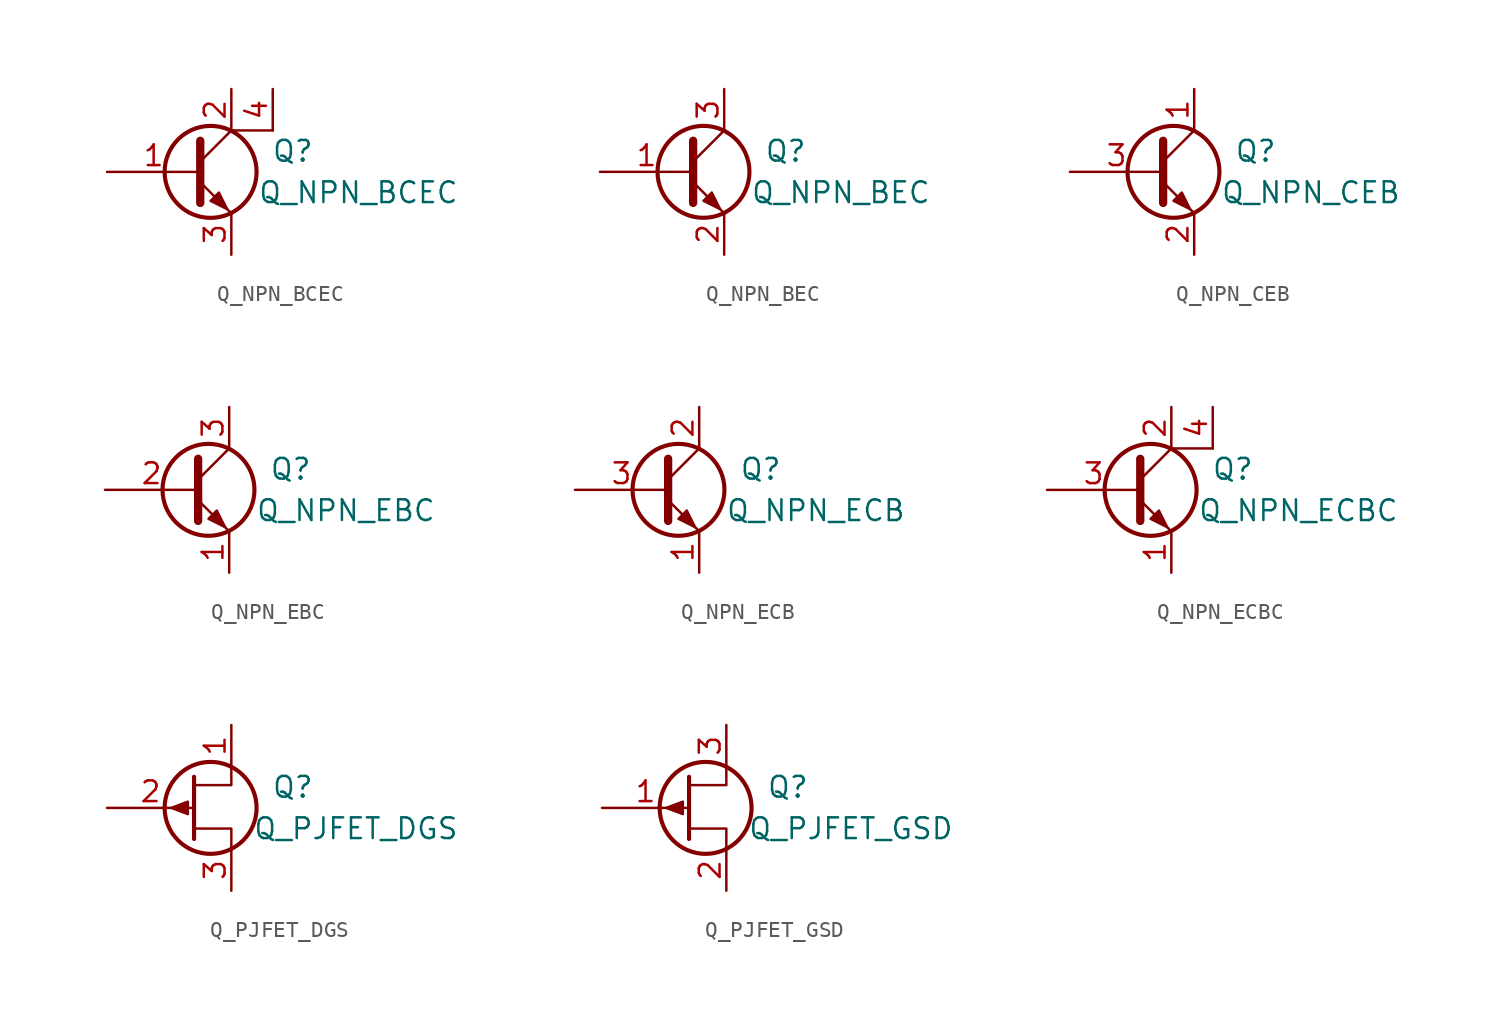
<source format=kicad_sym>
(kicad_symbol_lib
  (version 20211014)
  (generator kicad_symbol_editor)
  (symbol "Q_NPN_BCEC"
    (pin_names
      (offset 0) hide)
    (property "Reference" "Q"
      (at 7.62 1.27 0)
      (effects (font (size 1.27 1.27)) (justify right)))
    (property "Value" "Q_NPN_BCEC"
      (at 16.51 -1.27 0)
      (effects (font (size 1.27 1.27)) (justify right)))
    (property "Footprint" ""
      (at 5.08 2.54 0)
      (effects (font (size 0.737 0.737))))
    (property "Datasheet" ""
      (at 0 0 0)
      (effects (font (size 1.524 1.524))))
    (symbol "Q_NPN_BCEC_0_1"
      (polyline (pts (xy 0.635 0.635) (xy 2.54 2.54)) (stroke (width 0) (type default) (color 0 0 0 0)) (fill (type none)))
      (polyline (pts (xy 2.54 2.54) (xy 5.08 2.54)) (stroke (width 0) (type default) (color 0 0 0 0)) (fill (type none)))
      (polyline (pts (xy 0.635 -0.635) (xy 2.54 -2.54) (xy 2.54 -2.54)) (stroke (width 0) (type default) (color 0 0 0 0)) (fill (type none)))
      (polyline (pts (xy 0.635 1.905) (xy 0.635 -1.905) (xy 0.635 -1.905)) (stroke (width 0.508) (type default) (color 0 0 0 0)) (fill (type none)))
      (polyline (pts (xy 1.27 -1.778) (xy 1.778 -1.27) (xy 2.286 -2.286) (xy 1.27 -1.778) (xy 1.27 -1.778)) (stroke (width 0) (type default) (color 0 0 0 0)) (fill (type outline)))
      (circle (center 1.27 0) (radius 2.819) (stroke (width 0.254) (type default) (color 0 0 0 0)) (fill (type none))))
    (symbol "Q_NPN_BCEC_1_1"
      (pin input line (at -5.08 0 0) (length 5.715) (name "B" (effects (font (size 1.27 1.27)))) (number "1" (effects (font (size 1.27 1.27)))))
      (pin passive line (at 2.54 5.08 270) (length 2.54) (name "C" (effects (font (size 1.27 1.27)))) (number "2" (effects (font (size 1.27 1.27)))))
      (pin passive line (at 2.54 -5.08 90) (length 2.54) (name "E" (effects (font (size 1.27 1.27)))) (number "3" (effects (font (size 1.27 1.27)))))
      (pin passive line (at 5.08 5.08 270) (length 2.54) (name "C" (effects (font (size 1.27 1.27)))) (number "4" (effects (font (size 1.27 1.27)))))))
  (symbol "Q_NPN_BEC"
    (pin_names
      (offset 0) hide)
    (property "Reference" "Q"
      (at 7.62 1.27 0)
      (effects (font (size 1.27 1.27)) (justify right)))
    (property "Value" "Q_NPN_BEC"
      (at 15.24 -1.27 0)
      (effects (font (size 1.27 1.27)) (justify right)))
    (property "Footprint" ""
      (at 5.08 2.54 0)
      (effects (font (size 0.737 0.737))))
    (property "Datasheet" ""
      (at 0 0 0)
      (effects (font (size 1.524 1.524))))
    (symbol "Q_NPN_BEC_0_1"
      (polyline (pts (xy 0.635 0.635) (xy 2.54 2.54)) (stroke (width 0) (type default) (color 0 0 0 0)) (fill (type none)))
      (polyline (pts (xy 0.635 -0.635) (xy 2.54 -2.54) (xy 2.54 -2.54)) (stroke (width 0) (type default) (color 0 0 0 0)) (fill (type none)))
      (polyline (pts (xy 0.635 1.905) (xy 0.635 -1.905) (xy 0.635 -1.905)) (stroke (width 0.508) (type default) (color 0 0 0 0)) (fill (type none)))
      (polyline (pts (xy 1.27 -1.778) (xy 1.778 -1.27) (xy 2.286 -2.286) (xy 1.27 -1.778) (xy 1.27 -1.778)) (stroke (width 0) (type default) (color 0 0 0 0)) (fill (type outline)))
      (circle (center 1.27 0) (radius 2.819) (stroke (width 0.254) (type default) (color 0 0 0 0)) (fill (type none))))
    (symbol "Q_NPN_BEC_1_1"
      (pin input line (at -5.08 0 0) (length 5.715) (name "B" (effects (font (size 1.27 1.27)))) (number "1" (effects (font (size 1.27 1.27)))))
      (pin passive line (at 2.54 -5.08 90) (length 2.54) (name "E" (effects (font (size 1.27 1.27)))) (number "2" (effects (font (size 1.27 1.27)))))
      (pin passive line (at 2.54 5.08 270) (length 2.54) (name "C" (effects (font (size 1.27 1.27)))) (number "3" (effects (font (size 1.27 1.27)))))))
  (symbol "Q_NPN_CEB"
    (pin_names
      (offset 0) hide)
    (property "Reference" "Q"
      (at 7.62 1.27 0)
      (effects (font (size 1.27 1.27)) (justify right)))
    (property "Value" "Q_NPN_CEB"
      (at 15.24 -1.27 0)
      (effects (font (size 1.27 1.27)) (justify right)))
    (property "Footprint" ""
      (at 5.08 2.54 0)
      (effects (font (size 0.737 0.737))))
    (property "Datasheet" ""
      (at 0 0 0)
      (effects (font (size 1.524 1.524))))
    (symbol "Q_NPN_CEB_0_1"
      (polyline (pts (xy 0.635 0.635) (xy 2.54 2.54)) (stroke (width 0) (type default) (color 0 0 0 0)) (fill (type none)))
      (polyline (pts (xy 0.635 -0.635) (xy 2.54 -2.54) (xy 2.54 -2.54)) (stroke (width 0) (type default) (color 0 0 0 0)) (fill (type none)))
      (polyline (pts (xy 0.635 1.905) (xy 0.635 -1.905) (xy 0.635 -1.905)) (stroke (width 0.508) (type default) (color 0 0 0 0)) (fill (type none)))
      (polyline (pts (xy 1.27 -1.778) (xy 1.778 -1.27) (xy 2.286 -2.286) (xy 1.27 -1.778) (xy 1.27 -1.778)) (stroke (width 0) (type default) (color 0 0 0 0)) (fill (type outline)))
      (circle (center 1.27 0) (radius 2.819) (stroke (width 0.254) (type default) (color 0 0 0 0)) (fill (type none))))
    (symbol "Q_NPN_CEB_1_1"
      (pin passive line (at 2.54 5.08 270) (length 2.54) (name "C" (effects (font (size 1.27 1.27)))) (number "1" (effects (font (size 1.27 1.27)))))
      (pin passive line (at 2.54 -5.08 90) (length 2.54) (name "E" (effects (font (size 1.27 1.27)))) (number "2" (effects (font (size 1.27 1.27)))))
      (pin input line (at -5.08 0 0) (length 5.715) (name "B" (effects (font (size 1.27 1.27)))) (number "3" (effects (font (size 1.27 1.27)))))))
  (symbol "Q_NPN_EBC"
    (pin_names
      (offset 0) hide)
    (property "Reference" "Q"
      (at 7.62 1.27 0)
      (effects (font (size 1.27 1.27)) (justify right)))
    (property "Value" "Q_NPN_EBC"
      (at 15.24 -1.27 0)
      (effects (font (size 1.27 1.27)) (justify right)))
    (property "Footprint" ""
      (at 5.08 2.54 0)
      (effects (font (size 0.737 0.737))))
    (property "Datasheet" ""
      (at 0 0 0)
      (effects (font (size 1.524 1.524))))
    (symbol "Q_NPN_EBC_0_1"
      (polyline (pts (xy 0.635 0.635) (xy 2.54 2.54)) (stroke (width 0) (type default) (color 0 0 0 0)) (fill (type none)))
      (polyline (pts (xy 0.635 -0.635) (xy 2.54 -2.54) (xy 2.54 -2.54)) (stroke (width 0) (type default) (color 0 0 0 0)) (fill (type none)))
      (polyline (pts (xy 0.635 1.905) (xy 0.635 -1.905) (xy 0.635 -1.905)) (stroke (width 0.508) (type default) (color 0 0 0 0)) (fill (type none)))
      (polyline (pts (xy 1.27 -1.778) (xy 1.778 -1.27) (xy 2.286 -2.286) (xy 1.27 -1.778) (xy 1.27 -1.778)) (stroke (width 0) (type default) (color 0 0 0 0)) (fill (type outline)))
      (circle (center 1.27 0) (radius 2.819) (stroke (width 0.254) (type default) (color 0 0 0 0)) (fill (type none))))
    (symbol "Q_NPN_EBC_1_1"
      (pin passive line (at 2.54 -5.08 90) (length 2.54) (name "E" (effects (font (size 1.27 1.27)))) (number "1" (effects (font (size 1.27 1.27)))))
      (pin passive line (at -5.08 0 0) (length 5.715) (name "B" (effects (font (size 1.27 1.27)))) (number "2" (effects (font (size 1.27 1.27)))))
      (pin passive line (at 2.54 5.08 270) (length 2.54) (name "C" (effects (font (size 1.27 1.27)))) (number "3" (effects (font (size 1.27 1.27)))))))
  (symbol "Q_NPN_ECB"
    (pin_names
      (offset 0) hide)
    (property "Reference" "Q"
      (at 7.62 1.27 0)
      (effects (font (size 1.27 1.27)) (justify right)))
    (property "Value" "Q_NPN_ECB"
      (at 15.24 -1.27 0)
      (effects (font (size 1.27 1.27)) (justify right)))
    (property "Footprint" ""
      (at 5.08 2.54 0)
      (effects (font (size 0.737 0.737))))
    (property "Datasheet" ""
      (at 0 0 0)
      (effects (font (size 1.524 1.524))))
    (symbol "Q_NPN_ECB_0_1"
      (polyline (pts (xy 0.635 0.635) (xy 2.54 2.54)) (stroke (width 0) (type default) (color 0 0 0 0)) (fill (type none)))
      (polyline (pts (xy 0.635 -0.635) (xy 2.54 -2.54) (xy 2.54 -2.54)) (stroke (width 0) (type default) (color 0 0 0 0)) (fill (type none)))
      (polyline (pts (xy 0.635 1.905) (xy 0.635 -1.905) (xy 0.635 -1.905)) (stroke (width 0.508) (type default) (color 0 0 0 0)) (fill (type none)))
      (polyline (pts (xy 1.27 -1.778) (xy 1.778 -1.27) (xy 2.286 -2.286) (xy 1.27 -1.778) (xy 1.27 -1.778)) (stroke (width 0) (type default) (color 0 0 0 0)) (fill (type outline)))
      (circle (center 1.27 0) (radius 2.819) (stroke (width 0.254) (type default) (color 0 0 0 0)) (fill (type none))))
    (symbol "Q_NPN_ECB_1_1"
      (pin passive line (at 2.54 -5.08 90) (length 2.54) (name "E" (effects (font (size 1.27 1.27)))) (number "1" (effects (font (size 1.27 1.27)))))
      (pin passive line (at 2.54 5.08 270) (length 2.54) (name "C" (effects (font (size 1.27 1.27)))) (number "2" (effects (font (size 1.27 1.27)))))
      (pin passive line (at -5.08 0 0) (length 5.715) (name "B" (effects (font (size 1.27 1.27)))) (number "3" (effects (font (size 1.27 1.27)))))))
  (symbol "Q_NPN_ECBC"
    (pin_names
      (offset 0) hide)
    (property "Reference" "Q"
      (at 7.62 1.27 0)
      (effects (font (size 1.27 1.27)) (justify right)))
    (property "Value" "Q_NPN_ECBC"
      (at 16.51 -1.27 0)
      (effects (font (size 1.27 1.27)) (justify right)))
    (property "Footprint" ""
      (at 5.08 2.54 0)
      (effects (font (size 0.737 0.737))))
    (property "Datasheet" ""
      (at 0 0 0)
      (effects (font (size 1.524 1.524))))
    (symbol "Q_NPN_ECBC_0_1"
      (polyline (pts (xy 0.635 0.635) (xy 2.54 2.54)) (stroke (width 0) (type default) (color 0 0 0 0)) (fill (type none)))
      (polyline (pts (xy 2.54 2.54) (xy 5.08 2.54)) (stroke (width 0) (type default) (color 0 0 0 0)) (fill (type none)))
      (polyline (pts (xy 0.635 -0.635) (xy 2.54 -2.54) (xy 2.54 -2.54)) (stroke (width 0) (type default) (color 0 0 0 0)) (fill (type none)))
      (polyline (pts (xy 0.635 1.905) (xy 0.635 -1.905) (xy 0.635 -1.905)) (stroke (width 0.508) (type default) (color 0 0 0 0)) (fill (type none)))
      (polyline (pts (xy 1.27 -1.778) (xy 1.778 -1.27) (xy 2.286 -2.286) (xy 1.27 -1.778) (xy 1.27 -1.778)) (stroke (width 0) (type default) (color 0 0 0 0)) (fill (type outline)))
      (circle (center 1.27 0) (radius 2.819) (stroke (width 0.254) (type default) (color 0 0 0 0)) (fill (type none))))
    (symbol "Q_NPN_ECBC_1_1"
      (pin passive line (at 2.54 -5.08 90) (length 2.54) (name "E" (effects (font (size 1.27 1.27)))) (number "1" (effects (font (size 1.27 1.27)))))
      (pin passive line (at 2.54 5.08 270) (length 2.54) (name "C" (effects (font (size 1.27 1.27)))) (number "2" (effects (font (size 1.27 1.27)))))
      (pin passive line (at -5.08 0 0) (length 5.715) (name "B" (effects (font (size 1.27 1.27)))) (number "3" (effects (font (size 1.27 1.27)))))
      (pin passive line (at 5.08 5.08 270) (length 2.54) (name "C" (effects (font (size 1.27 1.27)))) (number "4" (effects (font (size 1.27 1.27)))))))
  (symbol "Q_PJFET_DGS"
    (pin_names
      (offset 0) hide)
    (property "Reference" "Q"
      (at 7.62 1.27 0)
      (effects (font (size 1.27 1.27)) (justify right)))
    (property "Value" "Q_PJFET_DGS"
      (at 16.51 -1.27 0)
      (effects (font (size 1.27 1.27)) (justify right)))
    (property "Footprint" ""
      (at 5.08 2.54 0)
      (effects (font (size 0.737 0.737))))
    (property "Datasheet" ""
      (at 0 0 0)
      (effects (font (size 1.524 1.524))))
    (symbol "Q_PJFET_DGS_0_1"
      (polyline (pts (xy 0.254 1.905) (xy 0.254 -1.905) (xy 0.254 -1.905)) (stroke (width 0.254) (type default) (color 0 0 0 0)) (fill (type none)))
      (polyline (pts (xy 2.54 -2.54) (xy 2.54 -1.27) (xy 0.254 -1.27)) (stroke (width 0) (type default) (color 0 0 0 0)) (fill (type none)))
      (polyline (pts (xy 2.54 2.54) (xy 2.54 1.397) (xy 0.254 1.397)) (stroke (width 0) (type default) (color 0 0 0 0)) (fill (type none)))
      (polyline (pts (xy -1.143 0) (xy -0.127 0.381) (xy -0.127 -0.381) (xy -1.143 0)) (stroke (width 0) (type default) (color 0 0 0 0)) (fill (type outline)))
      (circle (center 1.27 0) (radius 2.819) (stroke (width 0.254) (type default) (color 0 0 0 0)) (fill (type none))))
    (symbol "Q_PJFET_DGS_1_1"
      (pin passive line (at 2.54 5.08 270) (length 2.54) (name "D" (effects (font (size 1.27 1.27)))) (number "1" (effects (font (size 1.27 1.27)))))
      (pin input line (at -5.08 0 0) (length 5.334) (name "G" (effects (font (size 1.27 1.27)))) (number "2" (effects (font (size 1.27 1.27)))))
      (pin passive line (at 2.54 -5.08 90) (length 2.54) (name "S" (effects (font (size 1.27 1.27)))) (number "3" (effects (font (size 1.27 1.27)))))))
  (symbol "Q_PJFET_GSD"
    (pin_names
      (offset 0) hide)
    (property "Reference" "Q"
      (at 7.62 1.27 0)
      (effects (font (size 1.27 1.27)) (justify right)))
    (property "Value" "Q_PJFET_GSD"
      (at 16.51 -1.27 0)
      (effects (font (size 1.27 1.27)) (justify right)))
    (property "Footprint" ""
      (at 5.08 2.54 0)
      (effects (font (size 0.737 0.737))))
    (property "Datasheet" ""
      (at 0 0 0)
      (effects (font (size 1.524 1.524))))
    (symbol "Q_PJFET_GSD_0_1"
      (polyline (pts (xy 0.254 1.905) (xy 0.254 -1.905) (xy 0.254 -1.905)) (stroke (width 0.254) (type default) (color 0 0 0 0)) (fill (type none)))
      (polyline (pts (xy 2.54 -2.54) (xy 2.54 -1.27) (xy 0.254 -1.27)) (stroke (width 0) (type default) (color 0 0 0 0)) (fill (type none)))
      (polyline (pts (xy 2.54 2.54) (xy 2.54 1.397) (xy 0.254 1.397)) (stroke (width 0) (type default) (color 0 0 0 0)) (fill (type none)))
      (polyline (pts (xy -1.143 0) (xy -0.127 0.381) (xy -0.127 -0.381) (xy -1.143 0)) (stroke (width 0) (type default) (color 0 0 0 0)) (fill (type outline)))
      (circle (center 1.27 0) (radius 2.819) (stroke (width 0.254) (type default) (color 0 0 0 0)) (fill (type none))))
    (symbol "Q_PJFET_GSD_1_1"
      (pin input line (at -5.08 0 0) (length 5.334) (name "G" (effects (font (size 1.27 1.27)))) (number "1" (effects (font (size 1.27 1.27)))))
      (pin passive line (at 2.54 -5.08 90) (length 2.54) (name "S" (effects (font (size 1.27 1.27)))) (number "2" (effects (font (size 1.27 1.27)))))
      (pin passive line (at 2.54 5.08 270) (length 2.54) (name "D" (effects (font (size 1.27 1.27)))) (number "3" (effects (font (size 1.27 1.27))))))))
</source>
